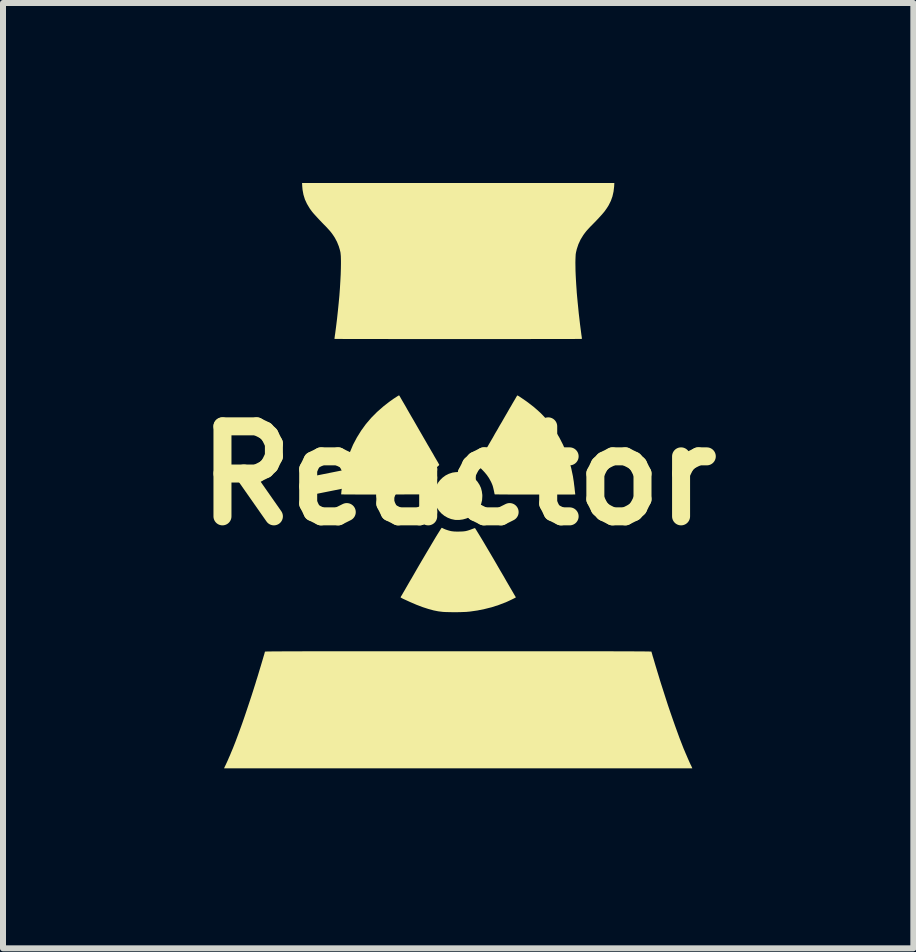
<source format=kicad_pcb>
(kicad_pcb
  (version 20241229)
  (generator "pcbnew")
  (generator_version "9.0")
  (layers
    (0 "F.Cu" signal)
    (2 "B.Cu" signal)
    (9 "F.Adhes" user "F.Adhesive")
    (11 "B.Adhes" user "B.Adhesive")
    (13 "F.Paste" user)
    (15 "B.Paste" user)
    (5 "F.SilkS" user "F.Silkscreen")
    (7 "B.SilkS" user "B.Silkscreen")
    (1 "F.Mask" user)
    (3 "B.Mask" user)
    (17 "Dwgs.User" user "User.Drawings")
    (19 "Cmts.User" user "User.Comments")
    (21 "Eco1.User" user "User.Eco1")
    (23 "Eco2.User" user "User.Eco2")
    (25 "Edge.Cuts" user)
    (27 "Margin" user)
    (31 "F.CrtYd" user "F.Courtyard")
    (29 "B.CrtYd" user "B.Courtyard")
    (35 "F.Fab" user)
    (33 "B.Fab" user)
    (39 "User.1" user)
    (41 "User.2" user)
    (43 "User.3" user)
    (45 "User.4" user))
  (footprint "Reactor"
    (layer "F.Cu")
    (at 4.586 4.877)
    (property "Reference" "Reactor" (at 0 0 0) (layer "F.SilkS") (effects (font (size 1.5 1.5) (thickness 0.3))))
    (attr board_only exclude_from_pos_files exclude_from_bom)
    (fp_poly (pts (xy 0.056 -0.058) (xy 0.104 -0.051) (xy 0.147 -0.039) (xy 0.174 -0.028) (xy 0.202 -0.012) (xy 0.227 0.005) (xy 0.252 0.026) (xy 0.276 0.049) (xy 0.32 0.099) (xy 0.354 0.151) (xy 0.379 0.204) (xy 0.394 0.261) (xy 0.402 0.321) (xy 0.402 0.345) (xy 0.398 0.408) (xy 0.384 0.466) (xy 0.361 0.522) (xy 0.328 0.575) (xy 0.322 0.584) (xy 0.285 0.625) (xy 0.24 0.661) (xy 0.19 0.691) (xy 0.135 0.714) (xy 0.077 0.73) (xy 0.017 0.738) (xy -0.042 0.738) (xy -0.058 0.736) (xy -0.118 0.723) (xy -0.175 0.701) (xy -0.228 0.671) (xy -0.276 0.633) (xy -0.318 0.588) (xy -0.352 0.537) (xy -0.36 0.521) (xy -0.375 0.49) (xy -0.385 0.462) (xy -0.392 0.435) (xy -0.397 0.404) (xy -0.398 0.369) (xy -0.399 0.34) (xy -0.398 0.304) (xy -0.396 0.276) (xy -0.394 0.253) (xy -0.389 0.234) (xy -0.389 0.234) (xy -0.368 0.176) (xy -0.339 0.122) (xy -0.302 0.074) (xy -0.259 0.032) (xy -0.21 -0.004) (xy -0.156 -0.031) (xy -0.098 -0.05) (xy -0.094 -0.051) (xy -0.045 -0.058) (xy 0.005 -0.061)) (stroke (width 0) (type solid)) (fill yes) (layer "F.SilkS"))
    (fp_poly (pts (xy -0.985 -1.338) (xy -0.981 -1.333) (xy -0.973 -1.321) (xy -0.964 -1.305) (xy -0.962 -1.302) (xy -0.958 -1.294) (xy -0.949 -1.279) (xy -0.936 -1.256) (xy -0.919 -1.227) (xy -0.898 -1.191) (xy -0.874 -1.15) (xy -0.848 -1.103) (xy -0.819 -1.053) (xy -0.788 -0.999) (xy -0.755 -0.943) (xy -0.721 -0.884) (xy -0.686 -0.823) (xy -0.651 -0.762) (xy -0.615 -0.7) (xy -0.58 -0.639) (xy -0.545 -0.579) (xy -0.512 -0.521) (xy -0.479 -0.465) (xy -0.449 -0.413) (xy -0.42 -0.364) (xy -0.395 -0.319) (xy -0.372 -0.28) (xy -0.352 -0.246) (xy -0.336 -0.219) (xy -0.325 -0.198) (xy -0.321 -0.192) (xy -0.317 -0.185) (xy -0.317 -0.179) (xy -0.321 -0.172) (xy -0.331 -0.163) (xy -0.341 -0.154) (xy -0.385 -0.114) (xy -0.421 -0.078) (xy -0.451 -0.046) (xy -0.473 -0.018) (xy -0.511 0.037) (xy -0.542 0.09) (xy -0.565 0.144) (xy -0.583 0.202) (xy -0.593 0.245) (xy -0.607 0.312) (xy -1.279 0.314) (xy -1.361 0.314) (xy -1.44 0.314) (xy -1.515 0.314) (xy -1.586 0.314) (xy -1.653 0.314) (xy -1.715 0.314) (xy -1.77 0.313) (xy -1.82 0.313) (xy -1.862 0.313) (xy -1.897 0.313) (xy -1.924 0.312) (xy -1.942 0.312) (xy -1.95 0.311) (xy -1.951 0.311) (xy -1.95 0.302) (xy -1.948 0.283) (xy -1.946 0.259) (xy -1.942 0.229) (xy -1.938 0.196) (xy -1.934 0.16) (xy -1.93 0.125) (xy -1.925 0.092) (xy -1.921 0.062) (xy -1.918 0.036) (xy -1.915 0.018) (xy -1.915 0.015) (xy -1.886 -0.126) (xy -1.849 -0.262) (xy -1.804 -0.393) (xy -1.751 -0.518) (xy -1.688 -0.637) (xy -1.617 -0.751) (xy -1.538 -0.86) (xy -1.45 -0.963) (xy -1.353 -1.061) (xy -1.247 -1.154) (xy -1.151 -1.229) (xy -1.126 -1.247) (xy -1.1 -1.265) (xy -1.074 -1.284) (xy -1.048 -1.3) (xy -1.026 -1.315) (xy -1.007 -1.327) (xy -0.993 -1.335) (xy -0.986 -1.338)) (stroke (width 0) (type solid)) (fill yes) (layer "F.SilkS"))
    (fp_poly (pts (xy 0.995 -1.333) (xy 1.008 -1.326) (xy 1.027 -1.314) (xy 1.052 -1.297) (xy 1.064 -1.289) (xy 1.138 -1.238) (xy 1.203 -1.189) (xy 1.263 -1.142) (xy 1.317 -1.095) (xy 1.369 -1.048) (xy 1.419 -0.997) (xy 1.467 -0.945) (xy 1.547 -0.848) (xy 1.621 -0.743) (xy 1.688 -0.631) (xy 1.748 -0.513) (xy 1.801 -0.389) (xy 1.846 -0.261) (xy 1.883 -0.127) (xy 1.912 0.01) (xy 1.922 0.076) (xy 1.925 0.093) (xy 1.928 0.116) (xy 1.931 0.143) (xy 1.935 0.173) (xy 1.939 0.204) (xy 1.942 0.235) (xy 1.945 0.262) (xy 1.948 0.286) (xy 1.95 0.303) (xy 1.951 0.312) (xy 1.951 0.312) (xy 1.946 0.313) (xy 1.931 0.313) (xy 1.908 0.314) (xy 1.877 0.314) (xy 1.839 0.314) (xy 1.794 0.314) (xy 1.743 0.315) (xy 1.687 0.315) (xy 1.627 0.315) (xy 1.563 0.315) (xy 1.496 0.315) (xy 1.427 0.315) (xy 1.356 0.315) (xy 1.285 0.315) (xy 1.214 0.315) (xy 1.143 0.315) (xy 1.073 0.315) (xy 1.006 0.314) (xy 0.942 0.314) (xy 0.881 0.314) (xy 0.824 0.314) (xy 0.773 0.313) (xy 0.727 0.313) (xy 0.687 0.313) (xy 0.655 0.312) (xy 0.63 0.312) (xy 0.615 0.312) (xy 0.608 0.311) (xy 0.608 0.311) (xy 0.606 0.305) (xy 0.603 0.291) (xy 0.599 0.271) (xy 0.595 0.251) (xy 0.587 0.216) (xy 0.58 0.187) (xy 0.572 0.161) (xy 0.562 0.136) (xy 0.55 0.109) (xy 0.543 0.095) (xy 0.512 0.039) (xy 0.476 -0.013) (xy 0.433 -0.064) (xy 0.383 -0.116) (xy 0.344 -0.151) (xy 0.314 -0.177) (xy 0.406 -0.339) (xy 0.438 -0.393) (xy 0.471 -0.451) (xy 0.505 -0.511) (xy 0.541 -0.573) (xy 0.578 -0.636) (xy 0.614 -0.701) (xy 0.652 -0.765) (xy 0.688 -0.829) (xy 0.725 -0.891) (xy 0.76 -0.952) (xy 0.794 -1.011) (xy 0.826 -1.066) (xy 0.856 -1.119) (xy 0.884 -1.166) (xy 0.909 -1.21) (xy 0.931 -1.247) (xy 0.95 -1.279) (xy 0.964 -1.304) (xy 0.975 -1.322) (xy 0.981 -1.333) (xy 0.983 -1.335) (xy 0.987 -1.336)) (stroke (width 0) (type solid)) (fill yes) (layer "F.SilkS"))
    (fp_poly (pts (xy -0.267 0.871) (xy -0.256 0.877) (xy -0.252 0.879) (xy -0.235 0.887) (xy -0.211 0.897) (xy -0.182 0.907) (xy -0.152 0.916) (xy -0.124 0.923) (xy -0.114 0.925) (xy -0.092 0.928) (xy -0.061 0.931) (xy -0.024 0.932) (xy 0.005 0.932) (xy 0.049 0.931) (xy 0.085 0.929) (xy 0.118 0.925) (xy 0.149 0.918) (xy 0.182 0.908) (xy 0.219 0.895) (xy 0.22 0.894) (xy 0.242 0.886) (xy 0.261 0.879) (xy 0.274 0.875) (xy 0.279 0.874) (xy 0.283 0.878) (xy 0.291 0.891) (xy 0.304 0.911) (xy 0.321 0.939) (xy 0.342 0.973) (xy 0.367 1.014) (xy 0.395 1.06) (xy 0.426 1.112) (xy 0.459 1.168) (xy 0.495 1.229) (xy 0.533 1.293) (xy 0.573 1.361) (xy 0.614 1.431) (xy 0.656 1.504) (xy 0.699 1.578) (xy 0.742 1.651) (xy 0.774 1.706) (xy 0.804 1.759) (xy 0.833 1.809) (xy 0.86 1.855) (xy 0.884 1.896) (xy 0.905 1.932) (xy 0.923 1.963) (xy 0.937 1.987) (xy 0.947 2.004) (xy 0.952 2.013) (xy 0.953 2.014) (xy 0.959 2.023) (xy 0.96 2.028) (xy 0.956 2.032) (xy 0.943 2.039) (xy 0.925 2.048) (xy 0.901 2.06) (xy 0.874 2.073) (xy 0.844 2.087) (xy 0.814 2.101) (xy 0.784 2.114) (xy 0.783 2.114) (xy 0.676 2.155) (xy 0.562 2.192) (xy 0.442 2.222) (xy 0.32 2.247) (xy 0.195 2.265) (xy 0.162 2.268) (xy 0.131 2.271) (xy 0.091 2.272) (xy 0.045 2.274) (xy -0.005 2.275) (xy -0.058 2.275) (xy -0.109 2.275) (xy -0.159 2.274) (xy -0.205 2.273) (xy -0.244 2.271) (xy -0.258 2.27) (xy -0.332 2.261) (xy -0.412 2.245) (xy -0.499 2.221) (xy -0.592 2.191) (xy -0.692 2.153) (xy -0.799 2.107) (xy -0.895 2.063) (xy -0.919 2.052) (xy -0.938 2.042) (xy -0.952 2.034) (xy -0.96 2.029) (xy -0.96 2.028) (xy -0.958 2.022) (xy -0.952 2.011) (xy -0.95 2.007) (xy -0.945 2) (xy -0.936 1.985) (xy -0.923 1.962) (xy -0.906 1.933) (xy -0.886 1.899) (xy -0.864 1.86) (xy -0.839 1.817) (xy -0.812 1.77) (xy -0.784 1.722) (xy -0.781 1.718) (xy -0.724 1.619) (xy -0.67 1.525) (xy -0.618 1.436) (xy -0.569 1.353) (xy -0.523 1.275) (xy -0.48 1.203) (xy -0.441 1.137) (xy -0.406 1.078) (xy -0.375 1.026) (xy -0.347 0.98) (xy -0.323 0.942) (xy -0.304 0.912) (xy -0.29 0.889) (xy -0.28 0.875) (xy -0.275 0.869) (xy -0.274 0.869)) (stroke (width 0) (type solid)) (fill yes) (layer "F.SilkS"))
    (fp_poly (pts (xy 0.223 2.926) (xy 0.436 2.926) (xy 0.64 2.926) (xy 0.834 2.926) (xy 1.019 2.926) (xy 1.194 2.926) (xy 1.361 2.926) (xy 1.518 2.926) (xy 1.668 2.926) (xy 1.809 2.926) (xy 1.941 2.927) (xy 2.066 2.927) (xy 2.183 2.927) (xy 2.293 2.927) (xy 2.395 2.927) (xy 2.491 2.927) (xy 2.579 2.927) (xy 2.661 2.928) (xy 2.736 2.928) (xy 2.804 2.928) (xy 2.867 2.928) (xy 2.924 2.928) (xy 2.975 2.929) (xy 3.021 2.929) (xy 3.061 2.929) (xy 3.097 2.929) (xy 3.127 2.93) (xy 3.153 2.93) (xy 3.174 2.93) (xy 3.191 2.931) (xy 3.204 2.931) (xy 3.213 2.932) (xy 3.219 2.932) (xy 3.221 2.932) (xy 3.221 2.933) (xy 3.222 2.939) (xy 3.226 2.954) (xy 3.233 2.977) (xy 3.241 3.007) (xy 3.252 3.042) (xy 3.264 3.082) (xy 3.277 3.127) (xy 3.291 3.174) (xy 3.306 3.223) (xy 3.321 3.273) (xy 3.336 3.322) (xy 3.351 3.371) (xy 3.365 3.418) (xy 3.378 3.46) (xy 3.417 3.581) (xy 3.456 3.703) (xy 3.495 3.824) (xy 3.535 3.942) (xy 3.575 4.057) (xy 3.614 4.168) (xy 3.652 4.273) (xy 3.688 4.372) (xy 3.723 4.462) (xy 3.744 4.516) (xy 3.758 4.552) (xy 3.775 4.591) (xy 3.792 4.632) (xy 3.81 4.673) (xy 3.827 4.713) (xy 3.843 4.749) (xy 3.857 4.781) (xy 3.869 4.806) (xy 3.874 4.818) (xy 3.884 4.836) (xy 3.891 4.853) (xy 3.896 4.864) (xy 3.897 4.865) (xy 3.901 4.877) (xy 0 4.877) (xy -3.901 4.877) (xy -3.897 4.865) (xy -3.892 4.854) (xy -3.884 4.838) (xy -3.875 4.819) (xy -3.874 4.818) (xy -3.865 4.798) (xy -3.852 4.77) (xy -3.837 4.737) (xy -3.821 4.699) (xy -3.803 4.659) (xy -3.786 4.617) (xy -3.769 4.577) (xy -3.753 4.539) (xy -3.744 4.516) (xy -3.711 4.432) (xy -3.676 4.338) (xy -3.639 4.238) (xy -3.6 4.13) (xy -3.561 4.018) (xy -3.522 3.902) (xy -3.482 3.782) (xy -3.442 3.661) (xy -3.403 3.539) (xy -3.378 3.46) (xy -3.365 3.416) (xy -3.35 3.369) (xy -3.335 3.32) (xy -3.32 3.27) (xy -3.305 3.22) (xy -3.29 3.171) (xy -3.276 3.124) (xy -3.263 3.08) (xy -3.251 3.04) (xy -3.241 3.005) (xy -3.232 2.976) (xy -3.226 2.953) (xy -3.222 2.938) (xy -3.221 2.933) (xy -3.219 2.932) (xy -3.214 2.932) (xy -3.205 2.931) (xy -3.193 2.931) (xy -3.176 2.93) (xy -3.155 2.93) (xy -3.13 2.93) (xy -3.1 2.929) (xy -3.065 2.929) (xy -3.026 2.929) (xy -2.981 2.929) (xy -2.93 2.928) (xy -2.874 2.928) (xy -2.812 2.928) (xy -2.744 2.928) (xy -2.669 2.928) (xy -2.588 2.927) (xy -2.501 2.927) (xy -2.406 2.927) (xy -2.305 2.927) (xy -2.196 2.927) (xy -2.08 2.927) (xy -1.956 2.927) (xy -1.824 2.926) (xy -1.684 2.926) (xy -1.536 2.926) (xy -1.379 2.926) (xy -1.213 2.926) (xy -1.039 2.926) (xy -0.855 2.926) (xy -0.662 2.926) (xy -0.46 2.926) (xy -0.248 2.926) (xy -0.026 2.926) (xy 0 2.926)) (stroke (width 0) (type solid)) (fill yes) (layer "F.SilkS"))
    (fp_poly (pts (xy 2.599 -4.82) (xy 2.589 -4.735) (xy 2.571 -4.655) (xy 2.544 -4.579) (xy 2.507 -4.505) (xy 2.478 -4.459) (xy 2.459 -4.432) (xy 2.439 -4.404) (xy 2.415 -4.375) (xy 2.388 -4.344) (xy 2.357 -4.31) (xy 2.321 -4.271) (xy 2.278 -4.226) (xy 2.27 -4.218) (xy 2.233 -4.18) (xy 2.202 -4.149) (xy 2.177 -4.122) (xy 2.156 -4.099) (xy 2.138 -4.079) (xy 2.123 -4.06) (xy 2.109 -4.042) (xy 2.095 -4.023) (xy 2.083 -4.006) (xy 2.039 -3.934) (xy 2.003 -3.856) (xy 1.976 -3.775) (xy 1.963 -3.719) (xy 1.958 -3.689) (xy 1.956 -3.65) (xy 1.954 -3.603) (xy 1.953 -3.548) (xy 1.954 -3.486) (xy 1.955 -3.418) (xy 1.958 -3.344) (xy 1.962 -3.266) (xy 1.967 -3.183) (xy 1.973 -3.098) (xy 1.976 -3.049) (xy 1.983 -2.972) (xy 1.991 -2.887) (xy 2 -2.798) (xy 2.009 -2.706) (xy 2.02 -2.614) (xy 2.03 -2.525) (xy 2.041 -2.441) (xy 2.051 -2.364) (xy 2.052 -2.355) (xy 2.056 -2.329) (xy 2.059 -2.307) (xy 2.061 -2.29) (xy 2.062 -2.281) (xy 2.062 -2.28) (xy 2.057 -2.28) (xy 2.043 -2.279) (xy 2.018 -2.279) (xy 1.985 -2.279) (xy 1.943 -2.278) (xy 1.892 -2.278) (xy 1.833 -2.278) (xy 1.766 -2.278) (xy 1.692 -2.278) (xy 1.611 -2.277) (xy 1.523 -2.277) (xy 1.428 -2.277) (xy 1.328 -2.277) (xy 1.221 -2.277) (xy 1.109 -2.276) (xy 0.992 -2.276) (xy 0.871 -2.276) (xy 0.745 -2.276) (xy 0.614 -2.276) (xy 0.481 -2.276) (xy 0.343 -2.276) (xy 0.203 -2.276) (xy 0.06 -2.276) (xy 0 -2.276) (xy -0.144 -2.276) (xy -0.286 -2.276) (xy -0.424 -2.276) (xy -0.56 -2.276) (xy -0.692 -2.276) (xy -0.819 -2.276) (xy -0.943 -2.276) (xy -1.062 -2.276) (xy -1.176 -2.277) (xy -1.284 -2.277) (xy -1.387 -2.277) (xy -1.485 -2.277) (xy -1.575 -2.277) (xy -1.659 -2.277) (xy -1.737 -2.278) (xy -1.806 -2.278) (xy -1.868 -2.278) (xy -1.923 -2.278) (xy -1.968 -2.279) (xy -2.006 -2.279) (xy -2.034 -2.279) (xy -2.053 -2.279) (xy -2.062 -2.28) (xy -2.062 -2.28) (xy -2.062 -2.286) (xy -2.06 -2.3) (xy -2.057 -2.321) (xy -2.054 -2.346) (xy -2.052 -2.355) (xy -2.035 -2.484) (xy -2.019 -2.615) (xy -2.005 -2.745) (xy -1.992 -2.874) (xy -1.98 -3.001) (xy -1.971 -3.124) (xy -1.964 -3.242) (xy -1.958 -3.353) (xy -1.955 -3.457) (xy -1.954 -3.528) (xy -1.954 -3.58) (xy -1.955 -3.623) (xy -1.956 -3.659) (xy -1.959 -3.691) (xy -1.962 -3.719) (xy -1.968 -3.746) (xy -1.975 -3.773) (xy -1.984 -3.802) (xy -1.989 -3.82) (xy -2.02 -3.897) (xy -2.058 -3.968) (xy -2.083 -4.006) (xy -2.097 -4.026) (xy -2.111 -4.045) (xy -2.125 -4.063) (xy -2.141 -4.082) (xy -2.16 -4.103) (xy -2.181 -4.126) (xy -2.207 -4.154) (xy -2.239 -4.186) (xy -2.27 -4.218) (xy -2.314 -4.264) (xy -2.351 -4.304) (xy -2.383 -4.339) (xy -2.411 -4.37) (xy -2.435 -4.399) (xy -2.456 -4.427) (xy -2.475 -4.454) (xy -2.478 -4.459) (xy -2.521 -4.531) (xy -2.555 -4.605) (xy -2.579 -4.683) (xy -2.594 -4.764) (xy -2.599 -4.82) (xy -2.602 -4.877) (xy 0 -4.877) (xy 2.602 -4.877)) (stroke (width 0) (type solid)) (fill yes) (layer "F.SilkS")))
  (gr_rect
    (start -3 -3)
    (end 12.171 12.754)
    (stroke (width 0.1) (type default))
    (fill no)
    (layer "Edge.Cuts")))
</source>
